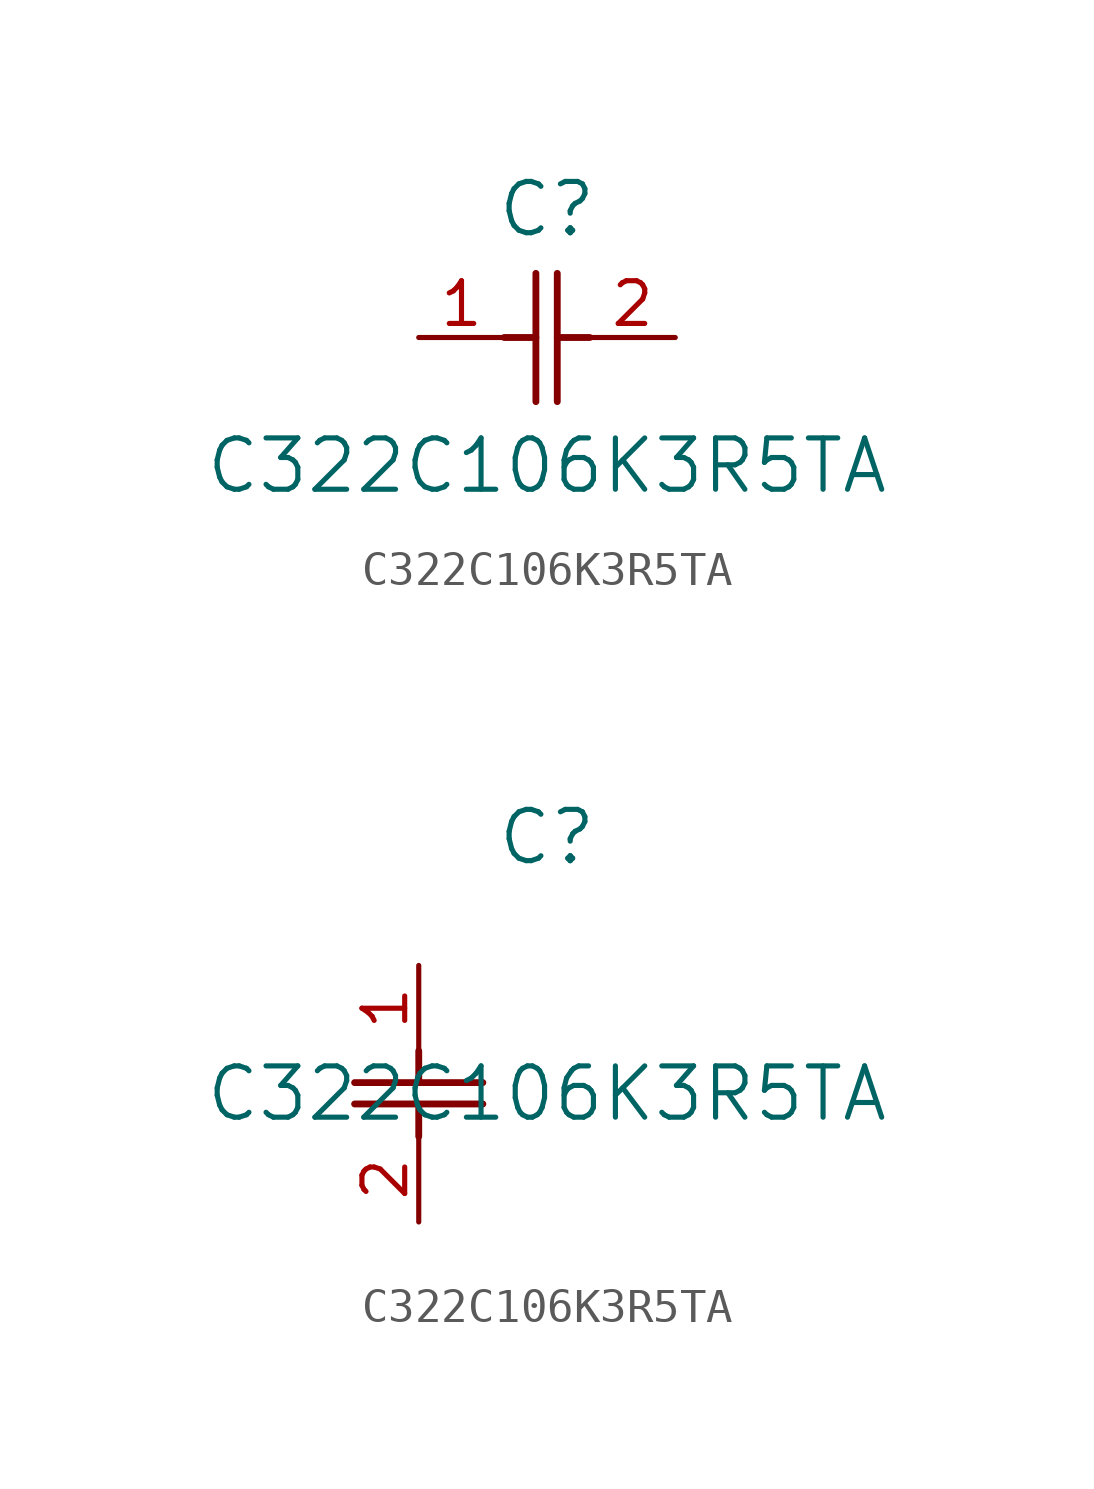
<source format=kicad_sym>
(kicad_symbol_lib
  (version 20211014)
  (generator kicad_symbol_editor)
  (symbol "C322C106K3R5TA"
    (pin_names
      (offset 0.254))
    (property "Reference" "C"
      (at 3.81 3.81 0)
      (effects (font (size 1.524 1.524))))
    (property "Value" "C322C106K3R5TA"
      (at 3.81 -3.81 0)
      (effects (font (size 1.524 1.524))))
    (symbol "C322C106K3R5TA_1_1"
      (polyline (pts (xy 3.48 -1.905) (xy 3.48 1.905)) (stroke (width 0.203) (type default) (color 0 0 0 0)) (fill (type none)))
      (polyline (pts (xy 4.115 -1.905) (xy 4.115 1.905)) (stroke (width 0.203) (type default) (color 0 0 0 0)) (fill (type none)))
      (polyline (pts (xy 4.115 0) (xy 5.08 0)) (stroke (width 0.203) (type default) (color 0 0 0 0)) (fill (type none)))
      (polyline (pts (xy 2.54 0) (xy 3.48 0)) (stroke (width 0.203) (type default) (color 0 0 0 0)) (fill (type none)))
      (pin unspecified line (at 0 0 0) (length 2.54) (name "" (effects (font (size 1.27 1.27)))) (number "1" (effects (font (size 1.27 1.27)))))
      (pin unspecified line (at 7.62 0 180) (length 2.54) (name "" (effects (font (size 1.27 1.27)))) (number "2" (effects (font (size 1.27 1.27))))))
    (symbol "C322C106K3R5TA_1_2"
      (polyline (pts (xy -1.905 -3.48) (xy 1.905 -3.48)) (stroke (width 0.203) (type default) (color 0 0 0 0)) (fill (type none)))
      (polyline (pts (xy -1.905 -4.115) (xy 1.905 -4.115)) (stroke (width 0.203) (type default) (color 0 0 0 0)) (fill (type none)))
      (polyline (pts (xy 0 -4.115) (xy 0 -5.08)) (stroke (width 0.203) (type default) (color 0 0 0 0)) (fill (type none)))
      (polyline (pts (xy 0 -2.54) (xy 0 -3.48)) (stroke (width 0.203) (type default) (color 0 0 0 0)) (fill (type none)))
      (pin unspecified line (at 0 0 270) (length 2.54) (name "" (effects (font (size 1.27 1.27)))) (number "1" (effects (font (size 1.27 1.27)))))
      (pin unspecified line (at 0 -7.62 90) (length 2.54) (name "" (effects (font (size 1.27 1.27)))) (number "2" (effects (font (size 1.27 1.27))))))))
</source>
